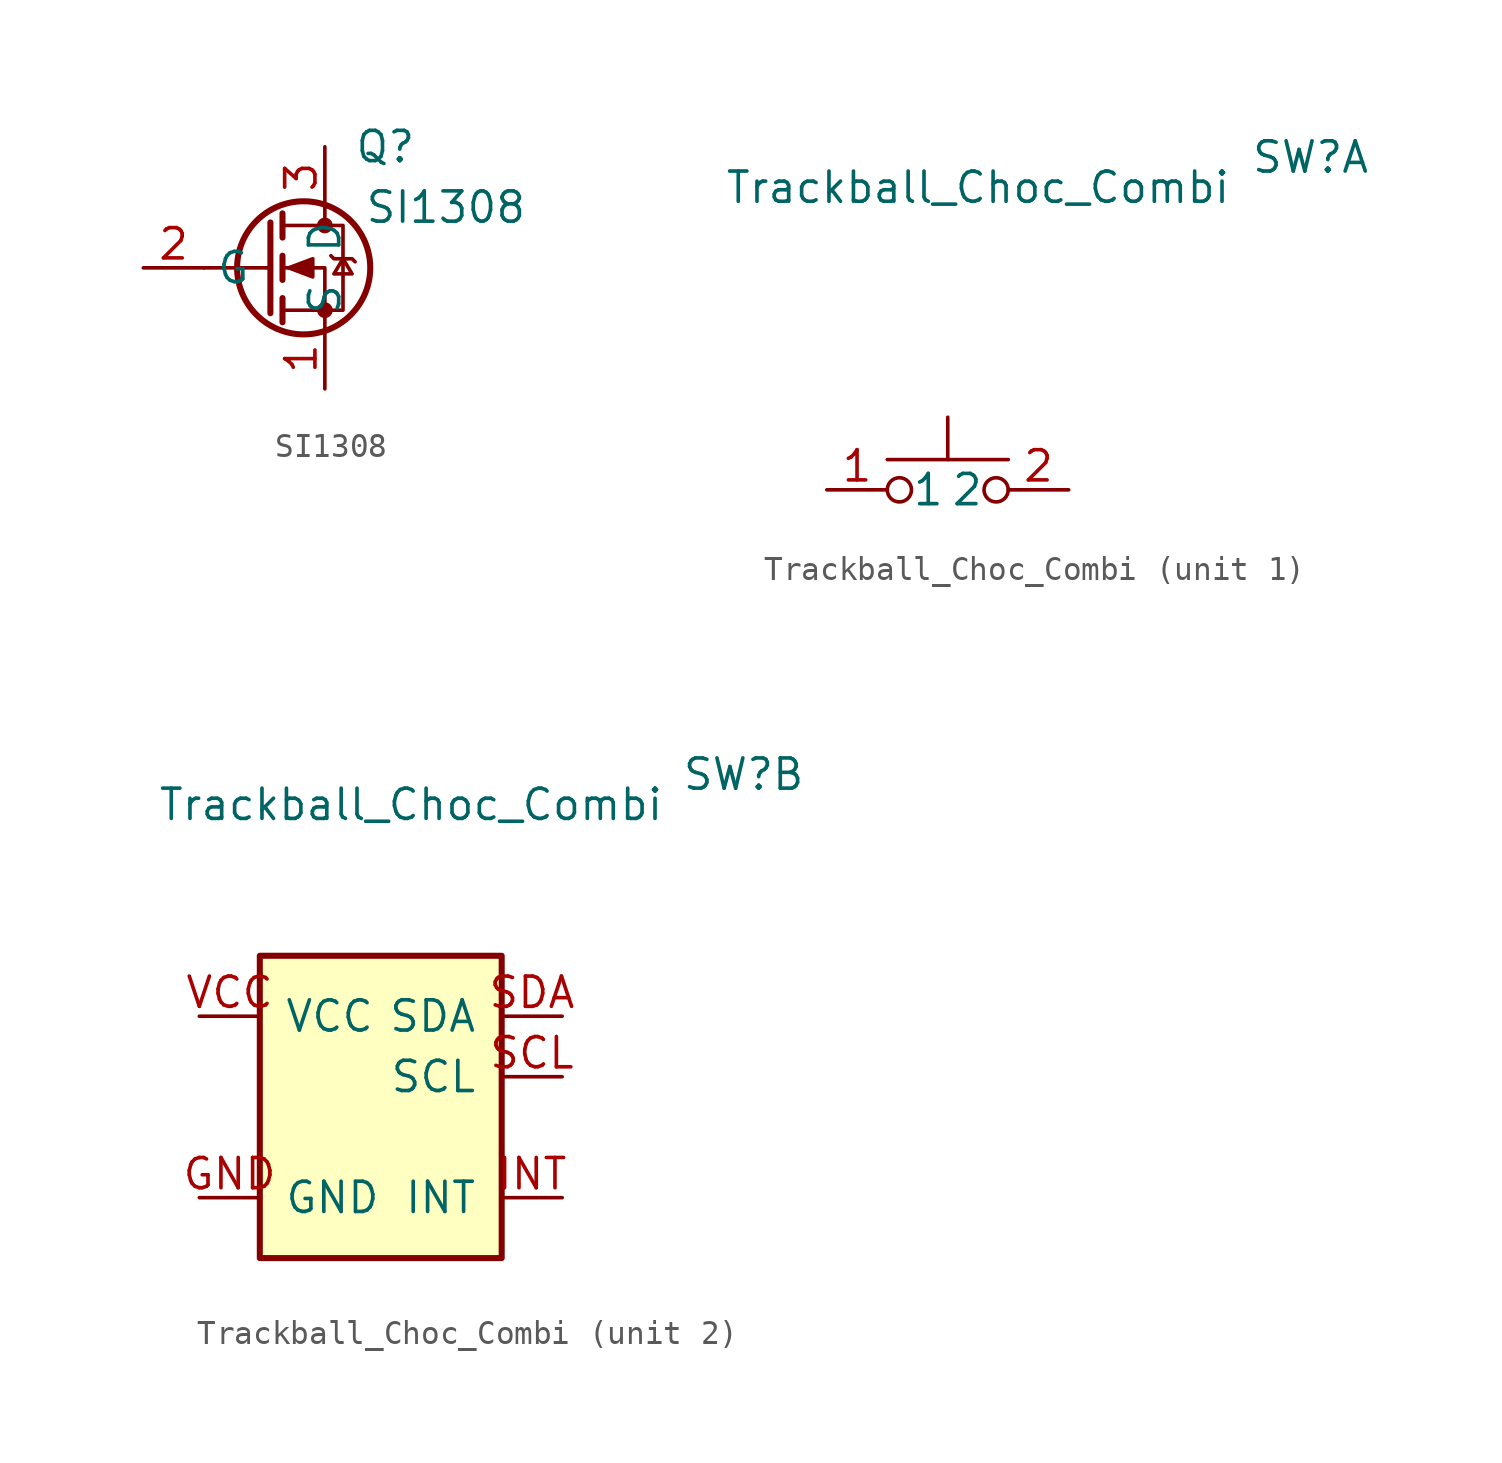
<source format=kicad_sym>
(kicad_symbol_lib
  (version 20210619)
  (generator kicad_symbol_editor)
  (symbol "Weteor:SI1308"
    (property "Reference" "Q"
      (at 3.81 5.08 0)
      (effects (font (size 1.27 1.27))))
    (property "Value" "SI1308"
      (at 6.35 2.54 0)
      (effects (font (size 1.27 1.27))))
    (symbol "SI1308_0_1"
      (circle (center 0.381 0) (radius 2.794) (stroke (width 0.254)) (fill (type none)))
      (circle (center 1.27 -1.778) (radius 0.254) (stroke (width 0)) (fill (type outline)))
      (circle (center 1.27 1.778) (radius 0.254) (stroke (width 0)) (fill (type outline)))
      (polyline (pts (xy -1.016 0) (xy -3.81 0)) (stroke (width 0)) (fill (type none)))
      (polyline (pts (xy -1.016 1.905) (xy -1.016 -1.905)) (stroke (width 0.254)) (fill (type none)))
      (polyline (pts (xy -0.508 -1.27) (xy -0.508 -2.286)) (stroke (width 0.254)) (fill (type none)))
      (polyline (pts (xy -0.508 0.508) (xy -0.508 -0.508)) (stroke (width 0.254)) (fill (type none)))
      (polyline (pts (xy -0.508 2.286) (xy -0.508 1.27)) (stroke (width 0.254)) (fill (type none)))
      (polyline (pts (xy 1.27 2.54) (xy 1.27 1.778)) (stroke (width 0)) (fill (type none)))
      (polyline (pts (xy 1.27 -2.54) (xy 1.27 0) (xy -0.508 0)) (stroke (width 0)) (fill (type none)))
      (polyline (pts (xy -0.508 -1.778) (xy 2.032 -1.778) (xy 2.032 1.778) (xy -0.508 1.778)) (stroke (width 0)) (fill (type none)))
      (polyline (pts (xy 1.524 0.508) (xy 1.651 0.381) (xy 2.413 0.381) (xy 2.54 0.254)) (stroke (width 0)) (fill (type none)))
      (polyline (pts (xy 2.032 0.381) (xy 1.651 -0.254) (xy 2.413 -0.254) (xy 2.032 0.381)) (stroke (width 0)) (fill (type none)))
      (polyline (pts (xy -0.254 0) (xy 0.762 0.381) (xy 0.762 -0.381) (xy -0.254 0)) (stroke (width 0)) (fill (type outline))))
    (symbol "SI1308_1_1"
      (pin passive line (at 1.27 -5.08 90) (length 2.54) (name "S" (effects (font (size 1.27 1.27)))) (number "1" (effects (font (size 1.27 1.27)))))
      (pin input line (at -6.35 0 0) (length 2.54) (name "G" (effects (font (size 1.27 1.27)))) (number "2" (effects (font (size 1.27 1.27)))))
      (pin passive line (at 1.27 5.08 270) (length 2.54) (name "D" (effects (font (size 1.27 1.27)))) (number "3" (effects (font (size 1.27 1.27)))))))
  (symbol "Weteor:Trackball_Choc_Combi"
    (pin_names
      (offset 1.016))
    (property "Reference" "SW"
      (at 15.24 13.97 0)
      (effects (font (size 1.27 1.27))))
    (property "Value" "Trackball_Choc_Combi"
      (at 1.27 12.7 0)
      (effects (font (size 1.27 1.27))))
    (property "ki_locked" ""
      (at 0 0 0)
      (effects (font (size 1.27 1.27))))
    (symbol "Trackball_Choc_Combi_1_1"
      (circle (center -2.032 0) (radius 0.508) (stroke (width 0)) (fill (type none)))
      (circle (center 2.032 0) (radius 0.508) (stroke (width 0)) (fill (type none)))
      (polyline (pts (xy 0 1.27) (xy 0 3.048)) (stroke (width 0)) (fill (type none)))
      (polyline (pts (xy 2.54 1.27) (xy -2.54 1.27)) (stroke (width 0)) (fill (type none)))
      (pin passive line (at -5.08 0 0) (length 2.54) (name "1" (effects (font (size 1.27 1.27)))) (number "1" (effects (font (size 1.27 1.27)))))
      (pin passive line (at 5.08 0 180) (length 2.54) (name "2" (effects (font (size 1.27 1.27)))) (number "2" (effects (font (size 1.27 1.27))))))
    (symbol "Trackball_Choc_Combi_2_1"
      (rectangle (start -5.08 6.35) (end 5.08 -6.35) (stroke (width 0.254)) (fill (type background)))
      (pin power_in line (at -7.62 -3.81 0) (length 2.54) (name "GND" (effects (font (size 1.27 1.27)))) (number "GND" (effects (font (size 1.27 1.27)))))
      (pin output line (at 7.62 -3.81 180) (length 2.54) (name "INT" (effects (font (size 1.27 1.27)))) (number "INT" (effects (font (size 1.27 1.27)))))
      (pin bidirectional line (at 7.62 1.27 180) (length 2.54) (name "SCL" (effects (font (size 1.27 1.27)))) (number "SCL" (effects (font (size 1.27 1.27)))))
      (pin bidirectional line (at 7.62 3.81 180) (length 2.54) (name "SDA" (effects (font (size 1.27 1.27)))) (number "SDA" (effects (font (size 1.27 1.27)))))
      (pin power_in line (at -7.62 3.81 0) (length 2.54) (name "VCC" (effects (font (size 1.27 1.27)))) (number "VCC" (effects (font (size 1.27 1.27))))))))
</source>
